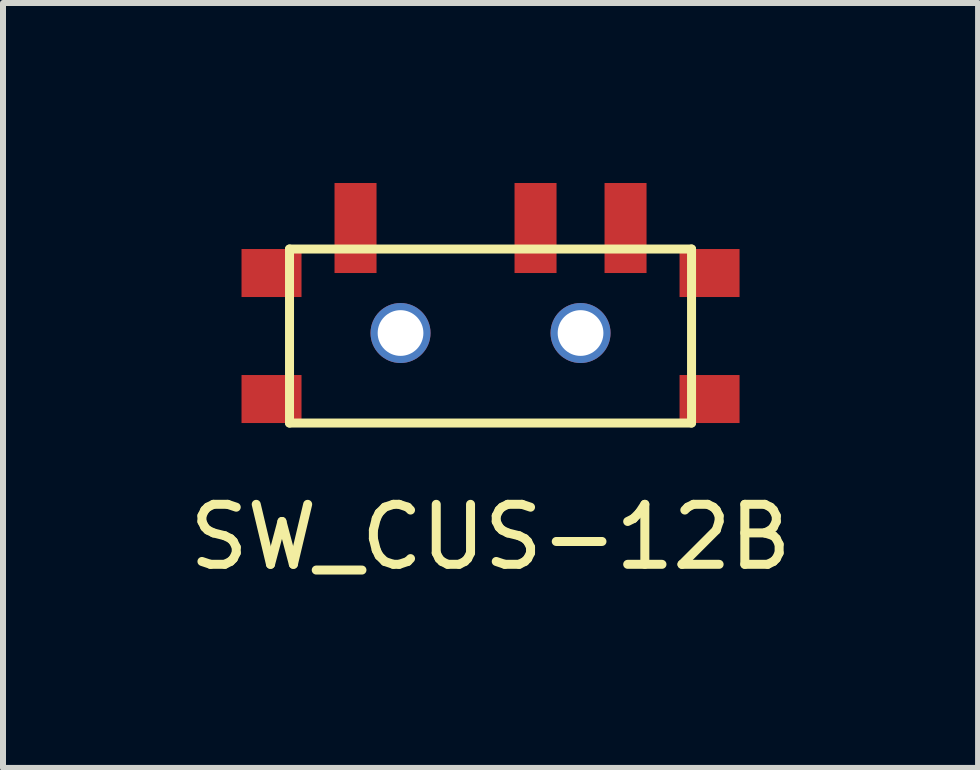
<source format=kicad_pcb>
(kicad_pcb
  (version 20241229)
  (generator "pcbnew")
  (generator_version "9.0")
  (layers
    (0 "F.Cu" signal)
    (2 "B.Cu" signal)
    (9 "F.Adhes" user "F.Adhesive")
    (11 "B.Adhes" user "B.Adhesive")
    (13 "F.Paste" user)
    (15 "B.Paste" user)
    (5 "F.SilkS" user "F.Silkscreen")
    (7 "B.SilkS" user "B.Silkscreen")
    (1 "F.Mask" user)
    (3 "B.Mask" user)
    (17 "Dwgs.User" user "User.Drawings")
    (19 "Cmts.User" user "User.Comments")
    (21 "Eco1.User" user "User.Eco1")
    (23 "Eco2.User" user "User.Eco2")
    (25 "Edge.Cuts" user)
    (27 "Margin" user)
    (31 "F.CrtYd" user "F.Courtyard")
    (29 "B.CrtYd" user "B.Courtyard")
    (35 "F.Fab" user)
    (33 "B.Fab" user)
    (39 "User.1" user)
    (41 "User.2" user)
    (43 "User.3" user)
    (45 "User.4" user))
  (footprint "SW_CUS-12B"
    (layer "F.Cu")
    (at 5.125 2.5)
    (property "Reference" "SW_CUS-12B" (at 0 3.4 0) (layer "F.SilkS") (effects (font (size 1 1) (thickness 0.15))))
    (attr through_hole)
    (fp_line (start -3.35 -1.4) (end -3.35 1.5) (stroke (width 0.15) (type solid)) (layer "F.SilkS"))
    (fp_line (start -3.35 1.5) (end 3.35 1.5) (stroke (width 0.15) (type solid)) (layer "F.SilkS"))
    (fp_line (start 3.35 -1.4) (end -3.35 -1.4) (stroke (width 0.15) (type solid)) (layer "F.SilkS"))
    (fp_line (start 3.35 1.5) (end 3.35 -1.4) (stroke (width 0.15) (type solid)) (layer "F.SilkS"))
    (pad "" smd rect (at -3.65 -1) (size 1 0.8) (layers "F.Cu" "F.Mask" "F.Paste"))
    (pad "" smd rect (at -3.65 1.1) (size 1 0.8) (layers "F.Cu" "F.Mask" "F.Paste"))
    (pad "" np_thru_hole circle (at -1.5 0) (size 1 1) (drill 0.762) (layers "*.Cu" "*.Mask"))
    (pad "" np_thru_hole circle (at 1.5 0) (size 1 1) (drill 0.762) (layers "*.Cu" "*.Mask"))
    (pad "" smd rect (at 3.65 -1) (size 1 0.8) (layers "F.Cu" "F.Mask" "F.Paste"))
    (pad "" smd rect (at 3.65 1.1) (size 1 0.8) (layers "F.Cu" "F.Mask" "F.Paste"))
    (pad "1" smd rect (at -2.25 -1.75) (size 0.7 1.5) (layers "F.Cu" "F.Mask" "F.Paste"))
    (pad "2" smd rect (at 0.75 -1.75) (size 0.7 1.5) (layers "F.Cu" "F.Mask" "F.Paste"))
    (pad "3" smd rect (at 2.25 -1.75) (size 0.7 1.5) (layers "F.Cu" "F.Mask" "F.Paste")))
  (gr_rect
    (start -3 -3)
    (end 13.25 9.748)
    (stroke (width 0.1) (type default))
    (fill no)
    (layer "Edge.Cuts")))
</source>
